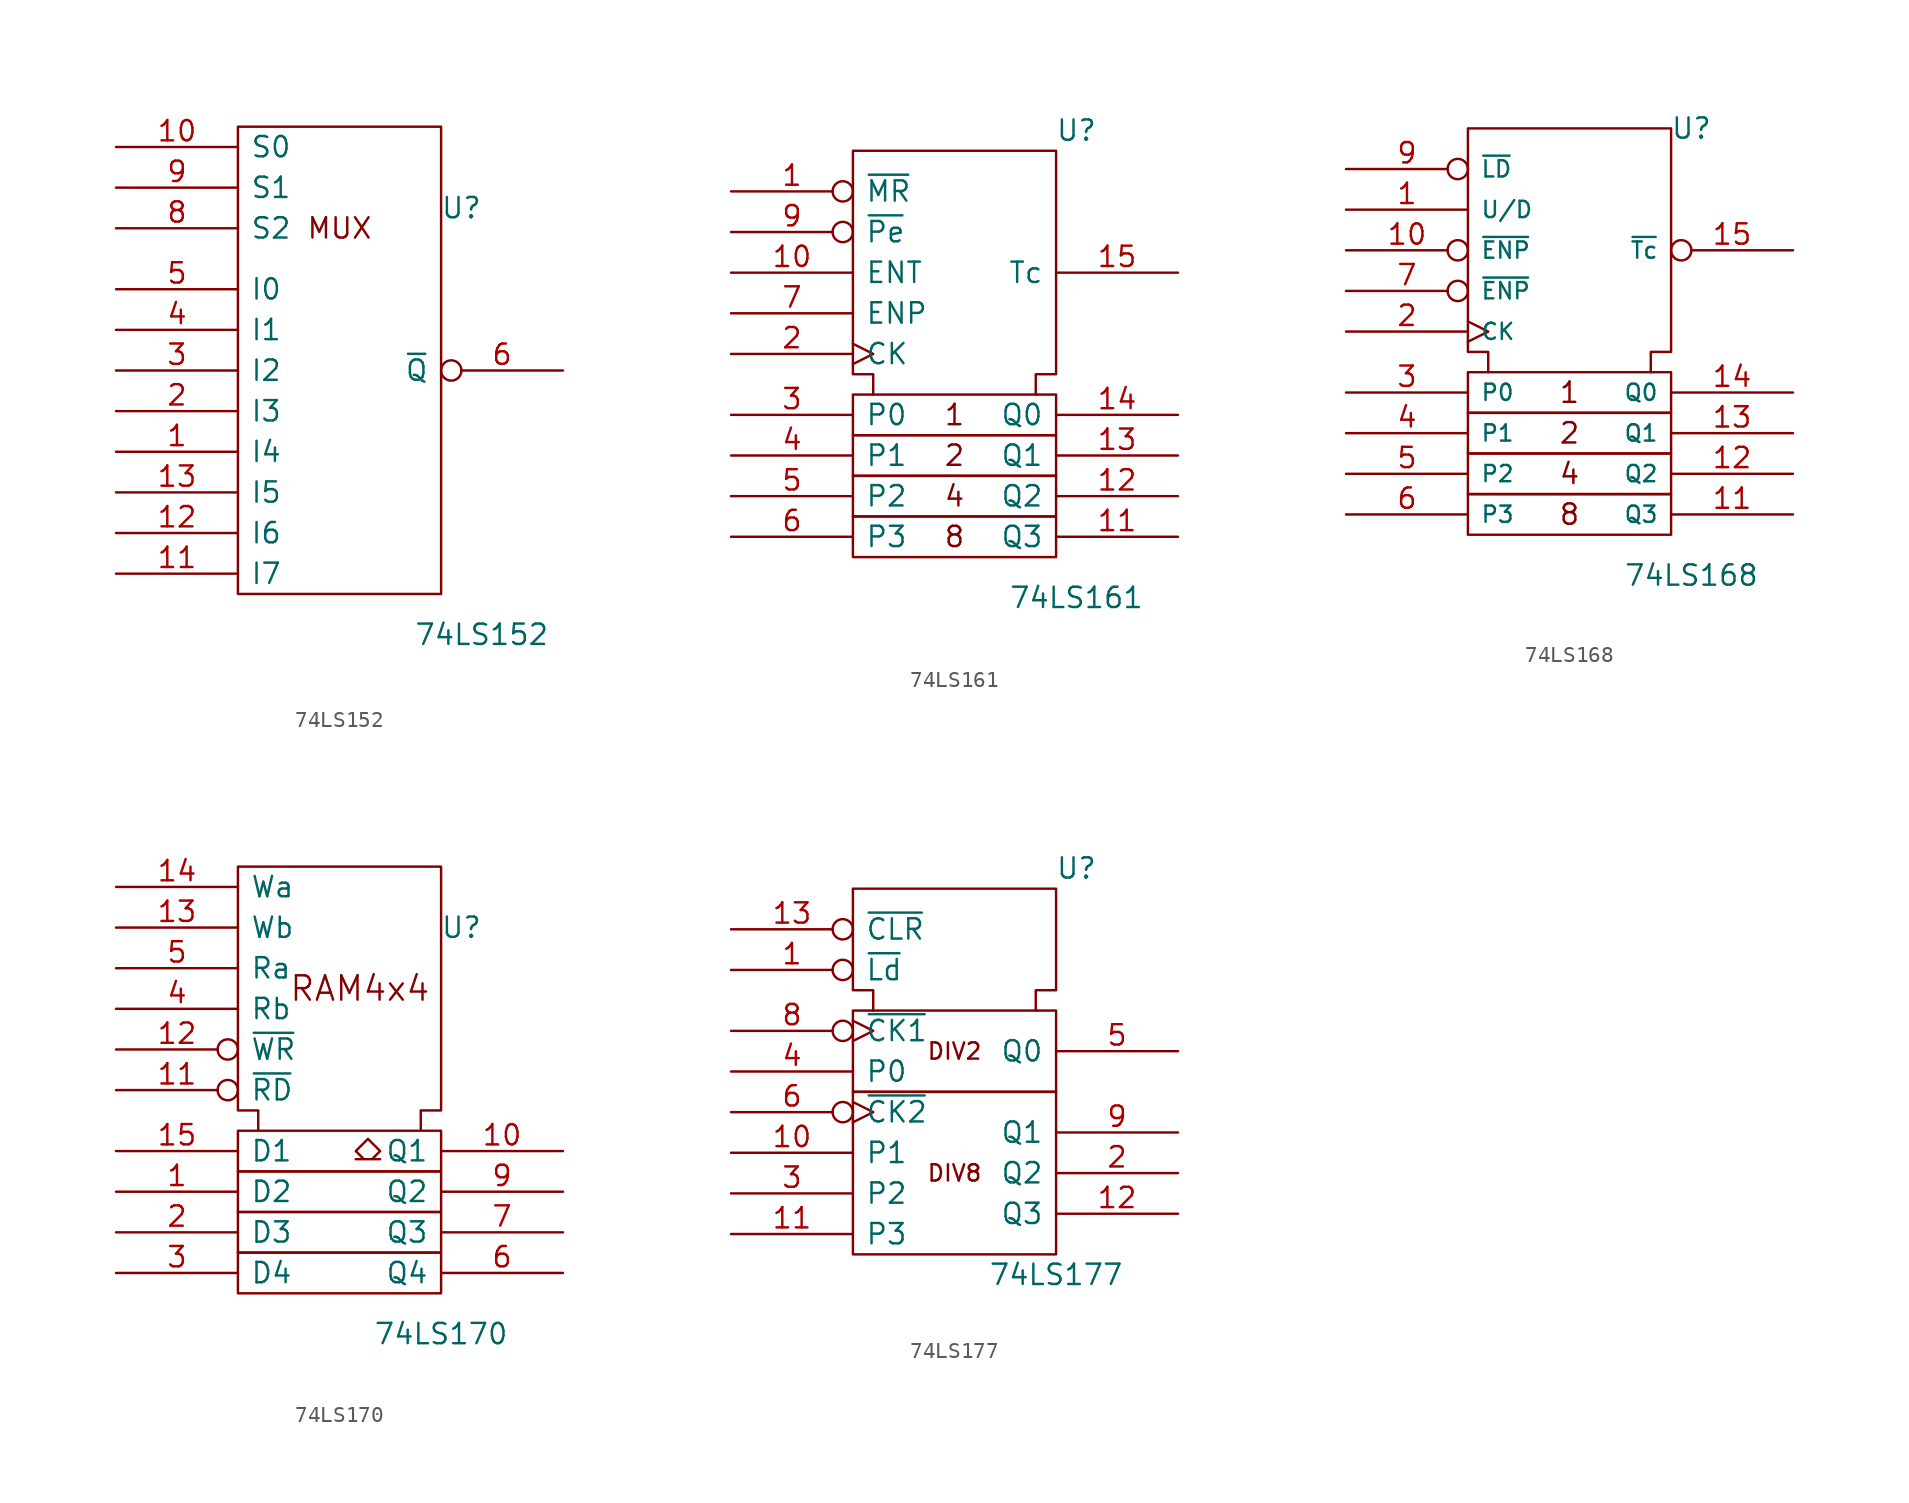
<source format=kicad_sym>
(kicad_symbol_lib
  (version 20231120)
  (generator "kicad_symbol_editor")
  (generator_version "8.0")
  (symbol "74LS152"
    (pin_names
      (offset 0.762))
    (property "Reference" "U"
      (at 7.62 11.43 0)
      (effects (font (size 1.27 1.27))))
    (property "Value" "74LS152"
      (at 8.89 -15.24 0)
      (effects (font (size 1.27 1.27))))
    (symbol "74LS152_0_0"
      (rectangle (start -6.35 16.51) (end 6.35 -12.7) (stroke (width 0) (type default)) (fill (type none)))
      (text "MUX" (at 0 10.16 0) (effects (font (size 1.27 1.27))))
      (pin power_in line (at 0 16.51 270) (length 0) hide (name "VCC" (effects (font (size 1.27 1.27)))) (number "14" (effects (font (size 1.27 1.27)))))
      (pin power_in line (at 0 -12.7 90) (length 0) hide (name "GND" (effects (font (size 1.27 1.27)))) (number "7" (effects (font (size 1.27 1.27))))))
    (symbol "74LS152_1_1"
      (pin input line (at -13.97 -3.81 0) (length 7.62) (name "I4" (effects (font (size 1.27 1.27)))) (number "1" (effects (font (size 1.27 1.27)))))
      (pin input line (at -13.97 15.24 0) (length 7.62) (name "S0" (effects (font (size 1.27 1.27)))) (number "10" (effects (font (size 1.27 1.27)))))
      (pin input line (at -13.97 -11.43 0) (length 7.62) (name "I7" (effects (font (size 1.27 1.27)))) (number "11" (effects (font (size 1.27 1.27)))))
      (pin input line (at -13.97 -8.89 0) (length 7.62) (name "I6" (effects (font (size 1.27 1.27)))) (number "12" (effects (font (size 1.27 1.27)))))
      (pin input line (at -13.97 -6.35 0) (length 7.62) (name "I5" (effects (font (size 1.27 1.27)))) (number "13" (effects (font (size 1.27 1.27)))))
      (pin input line (at -13.97 -1.27 0) (length 7.62) (name "I3" (effects (font (size 1.27 1.27)))) (number "2" (effects (font (size 1.27 1.27)))))
      (pin input line (at -13.97 1.27 0) (length 7.62) (name "I2" (effects (font (size 1.27 1.27)))) (number "3" (effects (font (size 1.27 1.27)))))
      (pin input line (at -13.97 3.81 0) (length 7.62) (name "I1" (effects (font (size 1.27 1.27)))) (number "4" (effects (font (size 1.27 1.27)))))
      (pin input line (at -13.97 6.35 0) (length 7.62) (name "I0" (effects (font (size 1.27 1.27)))) (number "5" (effects (font (size 1.27 1.27)))))
      (pin output inverted (at 13.97 1.27 180) (length 7.62) (name "~{Q}" (effects (font (size 1.27 1.27)))) (number "6" (effects (font (size 1.27 1.27)))))
      (pin input line (at -13.97 10.16 0) (length 7.62) (name "S2" (effects (font (size 1.27 1.27)))) (number "8" (effects (font (size 1.27 1.27)))))
      (pin input line (at -13.97 12.7 0) (length 7.62) (name "S1" (effects (font (size 1.27 1.27)))) (number "9" (effects (font (size 1.27 1.27)))))))
  (symbol "74LS161"
    (pin_names
      (offset 0.762))
    (property "Reference" "U"
      (at 7.62 15.24 0)
      (effects (font (size 1.27 1.27))))
    (property "Value" "74LS161"
      (at 7.62 -13.97 0)
      (effects (font (size 1.27 1.27))))
    (symbol "74LS161_0_0"
      (rectangle (start -6.35 -8.89) (end 6.35 -11.43) (stroke (width 0) (type default)) (fill (type none)))
      (rectangle (start -6.35 -6.35) (end 6.35 -8.89) (stroke (width 0) (type default)) (fill (type none)))
      (rectangle (start -6.35 -3.81) (end 6.35 -6.35) (stroke (width 0) (type default)) (fill (type none)))
      (rectangle (start -6.35 -1.27) (end 6.35 -3.81) (stroke (width 0) (type default)) (fill (type none)))
      (polyline (pts (xy -5.08 -1.27) (xy -5.08 0) (xy -6.35 0) (xy -6.35 13.97) (xy 6.35 13.97) (xy 6.35 0) (xy 5.08 0) (xy 5.08 -1.27) (xy 5.08 -1.27)) (stroke (width 0) (type default)) (fill (type none)))
      (text "1" (at 0 -2.54 0) (effects (font (size 1.27 1.27))))
      (text "2" (at 0 -5.08 0) (effects (font (size 1.27 1.27))))
      (text "4" (at 0 -7.62 0) (effects (font (size 1.27 1.27))))
      (text "8" (at 0 -10.16 0) (effects (font (size 1.27 1.27))))
      (pin power_in line (at 3.81 13.97 270) (length 0) hide (name "VCC" (effects (font (size 1.27 1.27)))) (number "16" (effects (font (size 1.27 1.27)))))
      (pin power_in line (at 1.27 13.97 270) (length 0) hide (name "GND" (effects (font (size 1.27 1.27)))) (number "8" (effects (font (size 1.27 1.27))))))
    (symbol "74LS161_1_1"
      (pin input inverted (at -13.97 11.43 0) (length 7.62) (name "~{MR}" (effects (font (size 1.27 1.27)))) (number "1" (effects (font (size 1.27 1.27)))))
      (pin input line (at -13.97 6.35 0) (length 7.62) (name "ENT" (effects (font (size 1.27 1.27)))) (number "10" (effects (font (size 1.27 1.27)))))
      (pin output line (at 13.97 -10.16 180) (length 7.62) (name "Q3" (effects (font (size 1.27 1.27)))) (number "11" (effects (font (size 1.27 1.27)))))
      (pin output line (at 13.97 -7.62 180) (length 7.62) (name "Q2" (effects (font (size 1.27 1.27)))) (number "12" (effects (font (size 1.27 1.27)))))
      (pin output line (at 13.97 -5.08 180) (length 7.62) (name "Q1" (effects (font (size 1.27 1.27)))) (number "13" (effects (font (size 1.27 1.27)))))
      (pin output line (at 13.97 -2.54 180) (length 7.62) (name "Q0" (effects (font (size 1.27 1.27)))) (number "14" (effects (font (size 1.27 1.27)))))
      (pin output line (at 13.97 6.35 180) (length 7.62) (name "Tc" (effects (font (size 1.27 1.27)))) (number "15" (effects (font (size 1.27 1.27)))))
      (pin input clock (at -13.97 1.27 0) (length 7.62) (name "CK" (effects (font (size 1.27 1.27)))) (number "2" (effects (font (size 1.27 1.27)))))
      (pin input line (at -13.97 -2.54 0) (length 7.62) (name "P0" (effects (font (size 1.27 1.27)))) (number "3" (effects (font (size 1.27 1.27)))))
      (pin input line (at -13.97 -5.08 0) (length 7.62) (name "P1" (effects (font (size 1.27 1.27)))) (number "4" (effects (font (size 1.27 1.27)))))
      (pin input line (at -13.97 -7.62 0) (length 7.62) (name "P2" (effects (font (size 1.27 1.27)))) (number "5" (effects (font (size 1.27 1.27)))))
      (pin input line (at -13.97 -10.16 0) (length 7.62) (name "P3" (effects (font (size 1.27 1.27)))) (number "6" (effects (font (size 1.27 1.27)))))
      (pin input line (at -13.97 3.81 0) (length 7.62) (name "ENP" (effects (font (size 1.27 1.27)))) (number "7" (effects (font (size 1.27 1.27)))))
      (pin input inverted (at -13.97 8.89 0) (length 7.62) (name "~{Pe}" (effects (font (size 1.27 1.27)))) (number "9" (effects (font (size 1.27 1.27)))))))
  (symbol "74LS168"
    (pin_names
      (offset 0.762))
    (property "Reference" "U"
      (at 7.62 13.97 0)
      (effects (font (size 1.27 1.27))))
    (property "Value" "74LS168"
      (at 7.62 -13.97 0)
      (effects (font (size 1.27 1.27))))
    (symbol "74LS168_0_0"
      (rectangle (start -6.35 -8.89) (end 6.35 -11.43) (stroke (width 0) (type default)) (fill (type none)))
      (rectangle (start -6.35 -6.35) (end 6.35 -8.89) (stroke (width 0) (type default)) (fill (type none)))
      (rectangle (start -6.35 -3.81) (end 6.35 -6.35) (stroke (width 0) (type default)) (fill (type none)))
      (rectangle (start -6.35 -1.27) (end 6.35 -3.81) (stroke (width 0) (type default)) (fill (type none)))
      (polyline (pts (xy -5.08 -1.27) (xy -5.08 0) (xy -6.35 0) (xy -6.35 13.97) (xy 6.35 13.97) (xy 6.35 0) (xy 5.08 0) (xy 5.08 -1.27) (xy 5.08 -1.27)) (stroke (width 0) (type default)) (fill (type none)))
      (text "1" (at 0 -2.54 0) (effects (font (size 1.27 1.27))))
      (text "2" (at 0 -5.08 0) (effects (font (size 1.27 1.27))))
      (text "4" (at 0 -7.62 0) (effects (font (size 1.27 1.27))))
      (text "8" (at 0 -10.16 0) (effects (font (size 1.27 1.27))))
      (pin power_in line (at 3.81 13.97 270) (length 0) hide (name "VCC" (effects (font (size 1.016 1.016)))) (number "16" (effects (font (size 1.27 1.27)))))
      (pin power_in line (at 1.27 13.97 270) (length 0) hide (name "GND" (effects (font (size 1.016 1.016)))) (number "8" (effects (font (size 1.27 1.27))))))
    (symbol "74LS168_1_1"
      (pin input line (at -13.97 8.89 0) (length 7.62) (name "U/D" (effects (font (size 1.016 1.016)))) (number "1" (effects (font (size 1.27 1.27)))))
      (pin input inverted (at -13.97 6.35 0) (length 7.62) (name "~{ENP}" (effects (font (size 1.016 1.016)))) (number "10" (effects (font (size 1.27 1.27)))))
      (pin output line (at 13.97 -10.16 180) (length 7.62) (name "Q3" (effects (font (size 1.016 1.016)))) (number "11" (effects (font (size 1.27 1.27)))))
      (pin output line (at 13.97 -7.62 180) (length 7.62) (name "Q2" (effects (font (size 1.016 1.016)))) (number "12" (effects (font (size 1.27 1.27)))))
      (pin output line (at 13.97 -5.08 180) (length 7.62) (name "Q1" (effects (font (size 1.016 1.016)))) (number "13" (effects (font (size 1.27 1.27)))))
      (pin output line (at 13.97 -2.54 180) (length 7.62) (name "Q0" (effects (font (size 1.016 1.016)))) (number "14" (effects (font (size 1.27 1.27)))))
      (pin output inverted (at 13.97 6.35 180) (length 7.62) (name "~{Tc}" (effects (font (size 1.016 1.016)))) (number "15" (effects (font (size 1.27 1.27)))))
      (pin input clock (at -13.97 1.27 0) (length 7.62) (name "CK" (effects (font (size 1.016 1.016)))) (number "2" (effects (font (size 1.27 1.27)))))
      (pin input line (at -13.97 -2.54 0) (length 7.62) (name "P0" (effects (font (size 1.016 1.016)))) (number "3" (effects (font (size 1.27 1.27)))))
      (pin input line (at -13.97 -5.08 0) (length 7.62) (name "P1" (effects (font (size 1.016 1.016)))) (number "4" (effects (font (size 1.27 1.27)))))
      (pin input line (at -13.97 -7.62 0) (length 7.62) (name "P2" (effects (font (size 1.016 1.016)))) (number "5" (effects (font (size 1.27 1.27)))))
      (pin input line (at -13.97 -10.16 0) (length 7.62) (name "P3" (effects (font (size 1.016 1.016)))) (number "6" (effects (font (size 1.27 1.27)))))
      (pin input inverted (at -13.97 3.81 0) (length 7.62) (name "~{ENP}" (effects (font (size 1.016 1.016)))) (number "7" (effects (font (size 1.27 1.27)))))
      (pin input inverted (at -13.97 11.43 0) (length 7.62) (name "~{LD}" (effects (font (size 1.016 1.016)))) (number "9" (effects (font (size 1.27 1.27)))))))
  (symbol "74LS170"
    (pin_names
      (offset 0.762))
    (property "Reference" "U"
      (at 7.62 10.16 0)
      (effects (font (size 1.27 1.27))))
    (property "Value" "74LS170"
      (at 6.35 -15.24 0)
      (effects (font (size 1.27 1.27))))
    (symbol "74LS170_0_0"
      (rectangle (start -6.35 -10.16) (end 6.35 -12.7) (stroke (width 0) (type default)) (fill (type none)))
      (rectangle (start -6.35 -7.62) (end 6.35 -10.16) (stroke (width 0) (type default)) (fill (type none)))
      (rectangle (start -6.35 -5.08) (end 6.35 -7.62) (stroke (width 0) (type default)) (fill (type none)))
      (rectangle (start -6.35 -2.54) (end 6.35 -5.08) (stroke (width 0) (type default)) (fill (type none)))
      (polyline (pts (xy -5.08 -2.54) (xy -5.08 -1.27) (xy -6.35 -1.27) (xy -6.35 13.97) (xy 6.35 13.97) (xy 6.35 -1.27) (xy 5.08 -1.27) (xy 5.08 -2.54) (xy 5.08 -2.54)) (stroke (width 0) (type default)) (fill (type none)))
      (polyline (pts (xy 1.778 -3.048) (xy 2.54 -3.81) (xy 2.032 -4.318) (xy 2.54 -4.318) (xy 1.016 -4.318) (xy 1.524 -4.318) (xy 1.016 -3.81) (xy 1.778 -3.048) (xy 1.778 -3.048)) (stroke (width 0) (type default)) (fill (type none)))
      (text "RAM4x4" (at 1.27 6.35 0) (effects (font (size 1.524 1.524))))
      (pin power_in line (at 3.81 13.97 270) (length 0) hide (name "VCC" (effects (font (size 1.27 1.27)))) (number "16" (effects (font (size 1.27 1.27)))))
      (pin power_in line (at 0 13.97 270) (length 0) hide (name "GND" (effects (font (size 1.27 1.27)))) (number "8" (effects (font (size 1.27 1.27))))))
    (symbol "74LS170_1_1"
      (pin input line (at -13.97 -6.35 0) (length 7.62) (name "D2" (effects (font (size 1.27 1.27)))) (number "1" (effects (font (size 1.27 1.27)))))
      (pin tri_state line (at 13.97 -3.81 180) (length 7.62) (name "Q1" (effects (font (size 1.27 1.27)))) (number "10" (effects (font (size 1.27 1.27)))))
      (pin input inverted (at -13.97 0 0) (length 7.62) (name "~{RD}" (effects (font (size 1.27 1.27)))) (number "11" (effects (font (size 1.27 1.27)))))
      (pin input inverted (at -13.97 2.54 0) (length 7.62) (name "~{WR}" (effects (font (size 1.27 1.27)))) (number "12" (effects (font (size 1.27 1.27)))))
      (pin input line (at -13.97 10.16 0) (length 7.62) (name "Wb" (effects (font (size 1.27 1.27)))) (number "13" (effects (font (size 1.27 1.27)))))
      (pin input line (at -13.97 12.7 0) (length 7.62) (name "Wa" (effects (font (size 1.27 1.27)))) (number "14" (effects (font (size 1.27 1.27)))))
      (pin input line (at -13.97 -3.81 0) (length 7.62) (name "D1" (effects (font (size 1.27 1.27)))) (number "15" (effects (font (size 1.27 1.27)))))
      (pin input line (at -13.97 -8.89 0) (length 7.62) (name "D3" (effects (font (size 1.27 1.27)))) (number "2" (effects (font (size 1.27 1.27)))))
      (pin input line (at -13.97 -11.43 0) (length 7.62) (name "D4" (effects (font (size 1.27 1.27)))) (number "3" (effects (font (size 1.27 1.27)))))
      (pin input line (at -13.97 5.08 0) (length 7.62) (name "Rb" (effects (font (size 1.27 1.27)))) (number "4" (effects (font (size 1.27 1.27)))))
      (pin input line (at -13.97 7.62 0) (length 7.62) (name "Ra" (effects (font (size 1.27 1.27)))) (number "5" (effects (font (size 1.27 1.27)))))
      (pin tri_state line (at 13.97 -11.43 180) (length 7.62) (name "Q4" (effects (font (size 1.27 1.27)))) (number "6" (effects (font (size 1.27 1.27)))))
      (pin tri_state line (at 13.97 -8.89 180) (length 7.62) (name "Q3" (effects (font (size 1.27 1.27)))) (number "7" (effects (font (size 1.27 1.27)))))
      (pin tri_state line (at 13.97 -6.35 180) (length 7.62) (name "Q2" (effects (font (size 1.27 1.27)))) (number "9" (effects (font (size 1.27 1.27)))))))
  (symbol "74LS177"
    (pin_names
      (offset 0.762))
    (property "Reference" "U"
      (at 7.62 8.89 0)
      (effects (font (size 1.27 1.27))))
    (property "Value" "74LS177"
      (at 6.35 -16.51 0)
      (effects (font (size 1.27 1.27))))
    (symbol "74LS177_0_0"
      (rectangle (start -6.35 -5.08) (end 6.35 -15.24) (stroke (width 0) (type default)) (fill (type none)))
      (rectangle (start -6.35 0) (end 6.35 -5.08) (stroke (width 0) (type default)) (fill (type none)))
      (polyline (pts (xy -5.08 0) (xy -5.08 1.27) (xy -6.35 1.27) (xy -6.35 7.62) (xy 6.35 7.62) (xy 6.35 1.27) (xy 5.08 1.27) (xy 5.08 0) (xy 5.08 0)) (stroke (width 0) (type default)) (fill (type none)))
      (text "DIV2" (at 0 -2.54 0) (effects (font (size 1.016 1.016))))
      (text "DIV8" (at 0 -10.16 0) (effects (font (size 1.016 1.016))))
      (pin power_in line (at 5.08 7.62 270) (length 0) hide (name "VCC" (effects (font (size 1.27 1.27)))) (number "14" (effects (font (size 1.27 1.27)))))
      (pin power_in line (at 1.27 7.62 270) (length 0) hide (name "GND" (effects (font (size 1.27 1.27)))) (number "7" (effects (font (size 1.27 1.27))))))
    (symbol "74LS177_1_1"
      (pin input inverted (at -13.97 2.54 0) (length 7.62) (name "~{Ld}" (effects (font (size 1.27 1.27)))) (number "1" (effects (font (size 1.27 1.27)))))
      (pin input line (at -13.97 -8.89 0) (length 7.62) (name "P1" (effects (font (size 1.27 1.27)))) (number "10" (effects (font (size 1.27 1.27)))))
      (pin input line (at -13.97 -13.97 0) (length 7.62) (name "P3" (effects (font (size 1.27 1.27)))) (number "11" (effects (font (size 1.27 1.27)))))
      (pin output line (at 13.97 -12.7 180) (length 7.62) (name "Q3" (effects (font (size 1.27 1.27)))) (number "12" (effects (font (size 1.27 1.27)))))
      (pin input inverted (at -13.97 5.08 0) (length 7.62) (name "~{CLR}" (effects (font (size 1.27 1.27)))) (number "13" (effects (font (size 1.27 1.27)))))
      (pin output line (at 13.97 -10.16 180) (length 7.62) (name "Q2" (effects (font (size 1.27 1.27)))) (number "2" (effects (font (size 1.27 1.27)))))
      (pin input line (at -13.97 -11.43 0) (length 7.62) (name "P2" (effects (font (size 1.27 1.27)))) (number "3" (effects (font (size 1.27 1.27)))))
      (pin input line (at -13.97 -3.81 0) (length 7.62) (name "P0" (effects (font (size 1.27 1.27)))) (number "4" (effects (font (size 1.27 1.27)))))
      (pin output line (at 13.97 -2.54 180) (length 7.62) (name "Q0" (effects (font (size 1.27 1.27)))) (number "5" (effects (font (size 1.27 1.27)))))
      (pin input inverted_clock (at -13.97 -6.35 0) (length 7.62) (name "~{CK2}" (effects (font (size 1.27 1.27)))) (number "6" (effects (font (size 1.27 1.27)))))
      (pin input inverted_clock (at -13.97 -1.27 0) (length 7.62) (name "~{CK1}" (effects (font (size 1.27 1.27)))) (number "8" (effects (font (size 1.27 1.27)))))
      (pin output line (at 13.97 -7.62 180) (length 7.62) (name "Q1" (effects (font (size 1.27 1.27)))) (number "9" (effects (font (size 1.27 1.27))))))))
</source>
